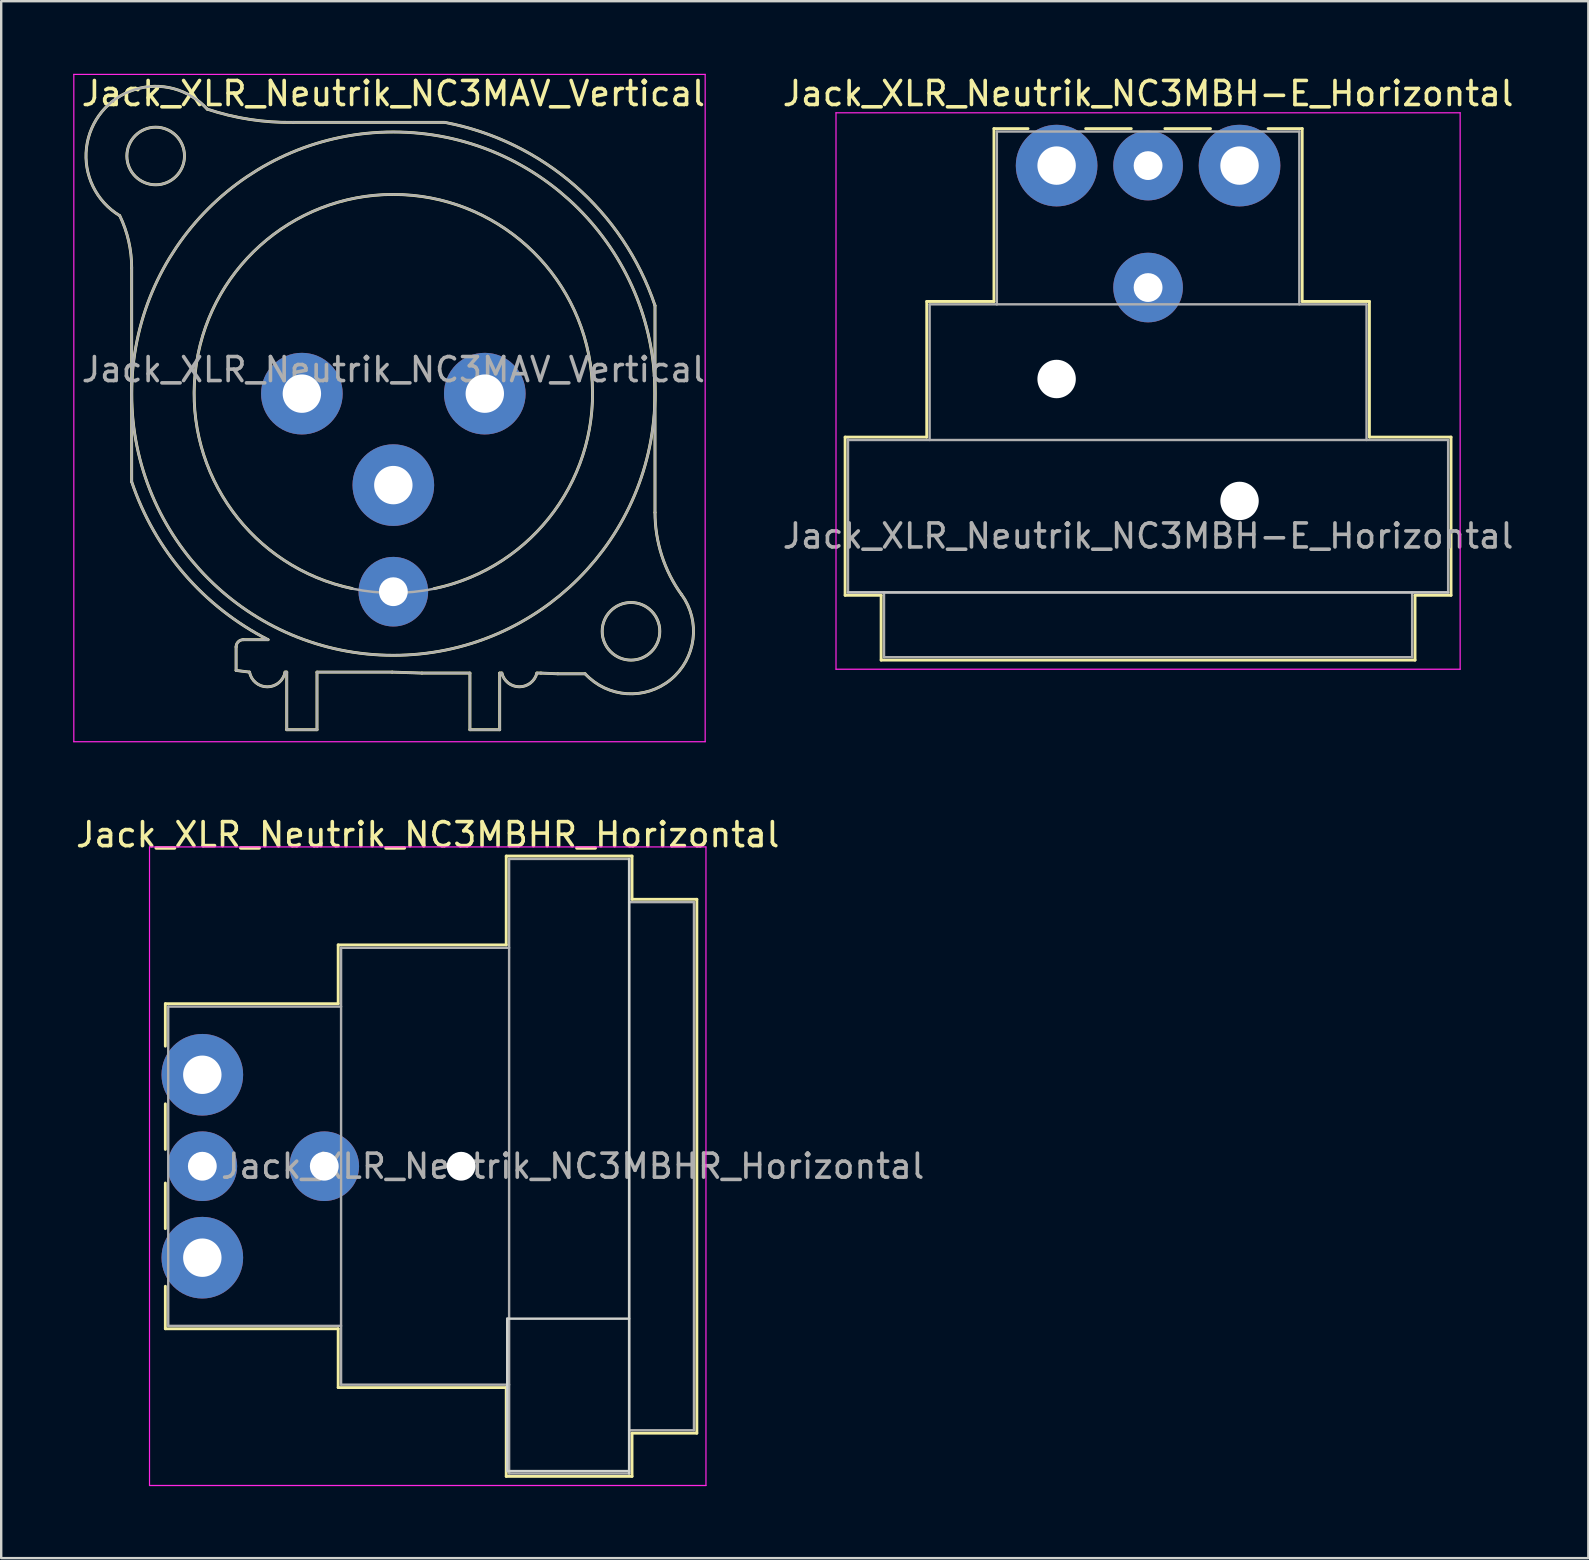
<source format=kicad_pcb>
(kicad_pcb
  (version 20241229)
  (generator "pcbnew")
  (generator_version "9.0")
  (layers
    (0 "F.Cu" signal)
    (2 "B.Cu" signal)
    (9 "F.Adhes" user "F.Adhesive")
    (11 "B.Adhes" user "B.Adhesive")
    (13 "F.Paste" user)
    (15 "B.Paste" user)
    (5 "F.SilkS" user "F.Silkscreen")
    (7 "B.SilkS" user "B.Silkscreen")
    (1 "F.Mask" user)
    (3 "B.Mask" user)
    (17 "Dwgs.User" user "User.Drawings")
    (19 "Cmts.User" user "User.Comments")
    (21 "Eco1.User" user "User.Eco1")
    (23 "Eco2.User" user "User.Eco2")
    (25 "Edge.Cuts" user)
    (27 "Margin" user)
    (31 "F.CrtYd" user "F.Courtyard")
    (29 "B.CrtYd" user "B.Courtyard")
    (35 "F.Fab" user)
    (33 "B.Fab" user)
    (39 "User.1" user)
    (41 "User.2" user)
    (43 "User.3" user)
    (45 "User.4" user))
  (footprint "Jack_XLR_Neutrik_NC3MBHR_Horizontal"
    (layer "F.Cu")
    (at 5.378 41.721)
    (property "Reference" "Jack_XLR_Neutrik_NC3MBHR_Horizontal" (at 9.39 -10 0) (layer "F.SilkS") (effects (font (size 1 1) (thickness 0.15))))
    (attr through_hole)
    (fp_line (start -1.54 -2.96) (end -1.54 -1.19) (stroke (width 0.12) (type solid)) (layer "F.SilkS"))
    (fp_line (start -1.54 3.11) (end -1.54 1.21) (stroke (width 0.12) (type solid)) (layer "F.SilkS"))
    (fp_line (start -1.54 4.51) (end -1.54 6.41) (stroke (width 0.12) (type solid)) (layer "F.SilkS"))
    (fp_line (start -1.54 8.81) (end -1.54 10.58) (stroke (width 0.12) (type solid)) (layer "F.SilkS"))
    (fp_line (start 5.66 -2.96) (end -1.54 -2.96) (stroke (width 0.12) (type solid)) (layer "F.SilkS"))
    (fp_line (start 5.66 -2.96) (end 5.66 -5.41) (stroke (width 0.12) (type solid)) (layer "F.SilkS"))
    (fp_line (start 5.66 10.58) (end -1.54 10.58) (stroke (width 0.12) (type solid)) (layer "F.SilkS"))
    (fp_line (start 5.66 10.58) (end 5.66 13.03) (stroke (width 0.12) (type solid)) (layer "F.SilkS"))
    (fp_line (start 12.66 -5.41) (end 5.66 -5.41) (stroke (width 0.12) (type solid)) (layer "F.SilkS"))
    (fp_line (start 12.66 -5.41) (end 12.66 -9.11) (stroke (width 0.12) (type solid)) (layer "F.SilkS"))
    (fp_line (start 12.66 13.03) (end 5.66 13.03) (stroke (width 0.12) (type solid)) (layer "F.SilkS"))
    (fp_line (start 12.66 16.73) (end 12.66 13.03) (stroke (width 0.12) (type solid)) (layer "F.SilkS"))
    (fp_line (start 17.9 -9.11) (end 12.66 -9.11) (stroke (width 0.12) (type solid)) (layer "F.SilkS"))
    (fp_line (start 17.9 -9.11) (end 17.9 -7.31) (stroke (width 0.12) (type solid)) (layer "F.SilkS"))
    (fp_line (start 17.9 -7.31) (end 20.6 -7.31) (stroke (width 0.12) (type solid)) (layer "F.SilkS"))
    (fp_line (start 17.9 14.93) (end 17.9 16.73) (stroke (width 0.12) (type solid)) (layer "F.SilkS"))
    (fp_line (start 17.9 14.93) (end 20.6 14.93) (stroke (width 0.12) (type solid)) (layer "F.SilkS"))
    (fp_line (start 17.9 16.73) (end 12.66 16.73) (stroke (width 0.12) (type solid)) (layer "F.SilkS"))
    (fp_line (start 20.6 -7.31) (end 20.6 14.93) (stroke (width 0.12) (type solid)) (layer "F.SilkS"))
    (fp_line (start 12.7 10.16) (end 12.7 16.51) (stroke (width 0.1) (type solid)) (layer "Edge.Cuts"))
    (fp_line (start 12.7 16.51) (end 17.78 16.51) (stroke (width 0.1) (type solid)) (layer "Edge.Cuts"))
    (fp_line (start 17.78 -8.99) (end 17.78 16.61) (stroke (width 0.1) (type solid)) (layer "Edge.Cuts"))
    (fp_line (start 17.78 10.16) (end 12.7 10.16) (stroke (width 0.1) (type solid)) (layer "Edge.Cuts"))
    (fp_line (start -2.2 -9.49) (end -2.2 17.11) (stroke (width 0.05) (type solid)) (layer "F.CrtYd"))
    (fp_line (start 20.98 -9.49) (end -2.2 -9.49) (stroke (width 0.05) (type solid)) (layer "F.CrtYd"))
    (fp_line (start 20.98 -9.49) (end 20.98 17.11) (stroke (width 0.05) (type solid)) (layer "F.CrtYd"))
    (fp_line (start 20.98 17.11) (end -2.2 17.11) (stroke (width 0.05) (type solid)) (layer "F.CrtYd"))
    (fp_line (start -1.42 -2.84) (end -1.42 10.46) (stroke (width 0.1) (type solid)) (layer "F.Fab"))
    (fp_line (start 5.78 -2.84) (end -1.42 -2.84) (stroke (width 0.1) (type solid)) (layer "F.Fab"))
    (fp_line (start 5.78 10.46) (end -1.42 10.46) (stroke (width 0.1) (type solid)) (layer "F.Fab"))
    (fp_line (start 5.78 12.91) (end 5.78 -5.29) (stroke (width 0.1) (type solid)) (layer "F.Fab"))
    (fp_line (start 5.78 12.91) (end 12.78 12.91) (stroke (width 0.1) (type solid)) (layer "F.Fab"))
    (fp_line (start 12.78 -8.99) (end 17.78 -8.99) (stroke (width 0.1) (type solid)) (layer "F.Fab"))
    (fp_line (start 12.78 -5.29) (end 5.78 -5.29) (stroke (width 0.1) (type solid)) (layer "F.Fab"))
    (fp_line (start 12.78 16.61) (end 12.78 -8.99) (stroke (width 0.1) (type solid)) (layer "F.Fab"))
    (fp_line (start 17.78 -8.99) (end 17.78 16.61) (stroke (width 0.1) (type solid)) (layer "F.Fab"))
    (fp_line (start 17.78 -7.19) (end 20.48 -7.19) (stroke (width 0.1) (type solid)) (layer "F.Fab"))
    (fp_line (start 17.78 16.61) (end 12.78 16.61) (stroke (width 0.1) (type solid)) (layer "F.Fab"))
    (fp_line (start 20.48 -7.19) (end 20.48 14.81) (stroke (width 0.1) (type solid)) (layer "F.Fab"))
    (fp_line (start 20.48 14.81) (end 17.78 14.81) (stroke (width 0.1) (type solid)) (layer "F.Fab"))
    (fp_text user "${REFERENCE}" (at 15.43 3.81 0) (layer "F.Fab") (effects (font (size 1 1) (thickness 0.15))))
    (pad "" np_thru_hole circle (at 10.78 3.81) (size 1.2 1.2) (drill 1.2) (layers "*.Cu" "*.Mask"))
    (pad "1" thru_hole circle (at 0 0) (size 3.4 3.4) (drill 1.6) (layers "*.Cu" "*.Mask"))
    (pad "2" thru_hole circle (at 0 3.81) (size 2.9 2.9) (drill 1.2) (layers "*.Cu" "*.Mask"))
    (pad "3" thru_hole circle (at 0 7.62) (size 3.4 3.4) (drill 1.6) (layers "*.Cu" "*.Mask"))
    (pad "G" thru_hole circle (at 5.08 3.81) (size 2.9 2.9) (drill 1.2) (layers "*.Cu" "*.Mask")))
  (footprint "Jack_XLR_Neutrik_NC3MAV_Vertical"
    (layer "F.Cu")
    (at 9.525 13.348)
    (property "Reference" "Jack_XLR_Neutrik_NC3MAV_Vertical" (at 3.81 -12.5 0) (layer "F.SilkS") (effects (font (size 1 1) (thickness 0.15))))
    (attr through_hole)
    (fp_line (start -7.09 3.67) (end -7.09 -5.24) (stroke (width 0.12) (type solid)) (layer "F.SilkS"))
    (fp_line (start -2.74 11.53) (end -2.74 10.55) (stroke (width 0.12) (type solid)) (layer "F.SilkS"))
    (fp_line (start -2.74 11.53) (end -2.18 11.6) (stroke (width 0.12) (type solid)) (layer "F.SilkS"))
    (fp_line (start -1.41 10.25) (end -2.44 10.25) (stroke (width 0.12) (type solid)) (layer "F.SilkS"))
    (fp_line (start -0.7 11.6) (end -0.63 11.6) (stroke (width 0.12) (type solid)) (layer "F.SilkS"))
    (fp_line (start -0.63 11.6) (end -0.63 14) (stroke (width 0.12) (type solid)) (layer "F.SilkS"))
    (fp_line (start 0.63 11.6) (end 0.63 14) (stroke (width 0.12) (type solid)) (layer "F.SilkS"))
    (fp_line (start 0.63 11.6) (end 3.76 11.6) (stroke (width 0.12) (type solid)) (layer "F.SilkS"))
    (fp_line (start 0.63 14) (end -0.63 14) (stroke (width 0.12) (type solid)) (layer "F.SilkS"))
    (fp_line (start 3.76 11.6) (end 5 11.64) (stroke (width 0.12) (type solid)) (layer "F.SilkS"))
    (fp_line (start 5 11.64) (end 7 11.64) (stroke (width 0.12) (type solid)) (layer "F.SilkS"))
    (fp_line (start 5.95 -11.3) (end -0.36 -11.3) (stroke (width 0.12) (type solid)) (layer "F.SilkS"))
    (fp_line (start 7 11.64) (end 7 14) (stroke (width 0.12) (type solid)) (layer "F.SilkS"))
    (fp_line (start 8.24 11.64) (end 8.24 14) (stroke (width 0.12) (type solid)) (layer "F.SilkS"))
    (fp_line (start 8.24 11.64) (end 8.33 11.64) (stroke (width 0.12) (type solid)) (layer "F.SilkS"))
    (fp_line (start 8.24 14) (end 7 14) (stroke (width 0.12) (type solid)) (layer "F.SilkS"))
    (fp_line (start 9.79 11.64) (end 9.96 11.64) (stroke (width 0.12) (type solid)) (layer "F.SilkS"))
    (fp_line (start 9.96 11.64) (end 10.66 11.67) (stroke (width 0.12) (type solid)) (layer "F.SilkS"))
    (fp_line (start 10.66 11.67) (end 11.8 11.67) (stroke (width 0.12) (type solid)) (layer "F.SilkS"))
    (fp_line (start 14.71 -3.67) (end 14.71 4.95) (stroke (width 0.12) (type solid)) (layer "F.SilkS"))
    (fp_arc (start -7.593301 -7.417041) (mid -8.329941 -11.745986) (end -3.94 -11.85) (stroke (width 0.12) (type solid)) (layer "F.SilkS"))
    (fp_arc (start -7.585604 -7.412632) (mid -7.215472 -6.354221) (end -7.09 -5.24) (stroke (width 0.12) (type solid)) (layer "F.SilkS"))
    (fp_arc (start -2.74 10.55) (mid -2.652132 10.337868) (end -2.44 10.25) (stroke (width 0.12) (type solid)) (layer "F.SilkS"))
    (fp_arc (start -1.409988 10.248445) (mid -4.895314 7.51641) (end -7.09 3.67) (stroke (width 0.12) (type solid)) (layer "F.SilkS"))
    (fp_arc (start -0.699936 11.599661) (mid -1.439828 12.213127) (end -2.18 11.6) (stroke (width 0.12) (type solid)) (layer "F.SilkS"))
    (fp_arc (start -0.36 -11.3) (mid -2.1728 -11.424322) (end -3.939109 -11.850762) (stroke (width 0.12) (type solid)) (layer "F.SilkS"))
    (fp_arc (start 2.1 8.12) (mid 3.816114 -8.2981) (end 5.508033 8.122511) (stroke (width 0.12) (type solid)) (layer "F.SilkS"))
    (fp_arc (start 5.963496 -11.297847) (mid 11.369395 -8.668013) (end 14.71 -3.67) (stroke (width 0.12) (type solid)) (layer "F.SilkS"))
    (fp_arc (start 9.789694 11.641238) (mid 9.059362 12.211864) (end 8.33 11.64) (stroke (width 0.12) (type solid)) (layer "F.SilkS"))
    (fp_arc (start 15.815277 8.372002) (mid 14.993173 6.748036) (end 14.71 4.95) (stroke (width 0.12) (type solid)) (layer "F.SilkS"))
    (fp_arc (start 15.818809 8.372281) (mid 15.361853 11.913053) (end 11.8 11.67) (stroke (width 0.12) (type solid)) (layer "F.SilkS"))
    (fp_circle (center -6.09 -9.9) (end -4.89 -9.9) (stroke (width 0.12) (type solid)) (fill no) (layer "F.SilkS"))
    (fp_circle (center 3.81 0) (end 14.71 0) (stroke (width 0.12) (type solid)) (fill no) (layer "F.SilkS"))
    (fp_circle (center 13.71 9.9) (end 14.91 9.9) (stroke (width 0.12) (type solid)) (fill no) (layer "F.SilkS"))
    (fp_line (start -9.5 -13.3) (end 16.8 -13.3) (stroke (width 0.05) (type solid)) (layer "F.CrtYd"))
    (fp_line (start -9.5 14.5) (end -9.5 -13.3) (stroke (width 0.05) (type solid)) (layer "F.CrtYd"))
    (fp_line (start 16.8 -13.3) (end 16.8 14.5) (stroke (width 0.05) (type solid)) (layer "F.CrtYd"))
    (fp_line (start 16.8 14.5) (end -9.5 14.5) (stroke (width 0.05) (type solid)) (layer "F.CrtYd"))
    (fp_line (start -7.09 3.67) (end -7.09 -5.24) (stroke (width 0.1) (type solid)) (layer "F.Fab"))
    (fp_line (start -2.74 11.53) (end -2.74 10.55) (stroke (width 0.1) (type solid)) (layer "F.Fab"))
    (fp_line (start -2.74 11.53) (end -2.18 11.6) (stroke (width 0.1) (type solid)) (layer "F.Fab"))
    (fp_line (start -1.41 10.25) (end -2.44 10.25) (stroke (width 0.1) (type solid)) (layer "F.Fab"))
    (fp_line (start -0.7 11.6) (end -0.63 11.6) (stroke (width 0.1) (type solid)) (layer "F.Fab"))
    (fp_line (start -0.63 11.6) (end -0.63 14) (stroke (width 0.1) (type solid)) (layer "F.Fab"))
    (fp_line (start 0.63 11.6) (end 0.63 14) (stroke (width 0.1) (type solid)) (layer "F.Fab"))
    (fp_line (start 0.63 11.6) (end 3.76 11.6) (stroke (width 0.1) (type solid)) (layer "F.Fab"))
    (fp_line (start 0.63 14) (end -0.63 14) (stroke (width 0.1) (type solid)) (layer "F.Fab"))
    (fp_line (start 3.76 11.6) (end 5 11.64) (stroke (width 0.1) (type solid)) (layer "F.Fab"))
    (fp_line (start 5 11.64) (end 7 11.64) (stroke (width 0.1) (type solid)) (layer "F.Fab"))
    (fp_line (start 5.95 -11.3) (end -0.36 -11.3) (stroke (width 0.1) (type solid)) (layer "F.Fab"))
    (fp_line (start 7 11.64) (end 7 14) (stroke (width 0.1) (type solid)) (layer "F.Fab"))
    (fp_line (start 8.24 11.64) (end 8.24 14) (stroke (width 0.1) (type solid)) (layer "F.Fab"))
    (fp_line (start 8.24 11.64) (end 8.33 11.64) (stroke (width 0.1) (type solid)) (layer "F.Fab"))
    (fp_line (start 8.24 14) (end 7 14) (stroke (width 0.1) (type solid)) (layer "F.Fab"))
    (fp_line (start 9.79 11.64) (end 9.96 11.64) (stroke (width 0.1) (type solid)) (layer "F.Fab"))
    (fp_line (start 9.96 11.64) (end 10.66 11.67) (stroke (width 0.1) (type solid)) (layer "F.Fab"))
    (fp_line (start 10.66 11.67) (end 11.8 11.67) (stroke (width 0.1) (type solid)) (layer "F.Fab"))
    (fp_line (start 14.71 -3.67) (end 14.71 4.95) (stroke (width 0.1) (type solid)) (layer "F.Fab"))
    (fp_arc (start -7.593301 -7.417041) (mid -8.329941 -11.745986) (end -3.94 -11.85) (stroke (width 0.1) (type solid)) (layer "F.Fab"))
    (fp_arc (start -7.585604 -7.412632) (mid -7.215472 -6.354221) (end -7.09 -5.24) (stroke (width 0.1) (type solid)) (layer "F.Fab"))
    (fp_arc (start -2.74 10.55) (mid -2.652132 10.337868) (end -2.44 10.25) (stroke (width 0.1) (type solid)) (layer "F.Fab"))
    (fp_arc (start -1.409988 10.248445) (mid -4.895314 7.51641) (end -7.09 3.67) (stroke (width 0.1) (type solid)) (layer "F.Fab"))
    (fp_arc (start -0.699936 11.599661) (mid -1.439828 12.213127) (end -2.18 11.6) (stroke (width 0.1) (type solid)) (layer "F.Fab"))
    (fp_arc (start -0.36 -11.3) (mid -2.1728 -11.424322) (end -3.939109 -11.850762) (stroke (width 0.1) (type solid)) (layer "F.Fab"))
    (fp_arc (start 5.963496 -11.297847) (mid 11.369395 -8.668013) (end 14.71 -3.67) (stroke (width 0.1) (type solid)) (layer "F.Fab"))
    (fp_arc (start 9.789694 11.641238) (mid 9.059362 12.211864) (end 8.33 11.64) (stroke (width 0.1) (type solid)) (layer "F.Fab"))
    (fp_arc (start 15.815277 8.372002) (mid 14.993173 6.748036) (end 14.71 4.95) (stroke (width 0.1) (type solid)) (layer "F.Fab"))
    (fp_arc (start 15.818809 8.372281) (mid 15.361853 11.913053) (end 11.8 11.67) (stroke (width 0.1) (type solid)) (layer "F.Fab"))
    (fp_circle (center -6.09 -9.9) (end -4.89 -9.9) (stroke (width 0.1) (type solid)) (fill no) (layer "F.Fab"))
    (fp_circle (center 3.81 0) (end 12.11 0) (stroke (width 0.1) (type solid)) (fill no) (layer "F.Fab"))
    (fp_circle (center 3.81 0) (end 14.71 0) (stroke (width 0.1) (type solid)) (fill no) (layer "F.Fab"))
    (fp_circle (center 13.71 9.9) (end 14.91 9.9) (stroke (width 0.1) (type solid)) (fill no) (layer "F.Fab"))
    (fp_text user "${REFERENCE}" (at 3.81 -1 0) (layer "F.Fab") (effects (font (size 1 1) (thickness 0.15))))
    (pad "1" thru_hole circle (at 0 0) (size 3.4 3.4) (drill 1.6) (layers "*.Cu" "*.Mask"))
    (pad "2" thru_hole circle (at 7.62 0) (size 3.4 3.4) (drill 1.6) (layers "*.Cu" "*.Mask"))
    (pad "3" thru_hole circle (at 3.81 3.81) (size 3.4 3.4) (drill 1.6) (layers "*.Cu" "*.Mask"))
    (pad "G" thru_hole circle (at 3.81 8.25) (size 2.9 2.9) (drill 1.2) (layers "*.Cu" "*.Mask")))
  (footprint "Jack_XLR_Neutrik_NC3MBH-E_Horizontal"
    (layer "F.Cu")
    (at 40.965 3.848)
    (property "Reference" "Jack_XLR_Neutrik_NC3MBH-E_Horizontal" (at 3.81 -3 0) (layer "F.SilkS") (effects (font (size 1 1) (thickness 0.15))))
    (attr through_hole)
    (fp_line (start -8.81 11.31) (end -5.41 11.31) (stroke (width 0.12) (type solid)) (layer "F.SilkS"))
    (fp_line (start -8.81 17.9) (end -8.81 11.31) (stroke (width 0.12) (type solid)) (layer "F.SilkS"))
    (fp_line (start -7.31 17.9) (end -8.81 17.9) (stroke (width 0.12) (type solid)) (layer "F.SilkS"))
    (fp_line (start -7.31 17.9) (end -7.31 20.6) (stroke (width 0.12) (type solid)) (layer "F.SilkS"))
    (fp_line (start -5.41 11.31) (end -5.41 5.66) (stroke (width 0.12) (type solid)) (layer "F.SilkS"))
    (fp_line (start -2.61 5.66) (end -5.41 5.66) (stroke (width 0.12) (type solid)) (layer "F.SilkS"))
    (fp_line (start -2.61 5.66) (end -2.61 -1.54) (stroke (width 0.12) (type solid)) (layer "F.SilkS"))
    (fp_line (start -1.19 -1.54) (end -2.61 -1.54) (stroke (width 0.12) (type solid)) (layer "F.SilkS"))
    (fp_line (start 3.11 -1.54) (end 1.21 -1.54) (stroke (width 0.12) (type solid)) (layer "F.SilkS"))
    (fp_line (start 4.51 -1.54) (end 6.41 -1.54) (stroke (width 0.12) (type solid)) (layer "F.SilkS"))
    (fp_line (start 10.23 -1.54) (end 8.81 -1.54) (stroke (width 0.12) (type solid)) (layer "F.SilkS"))
    (fp_line (start 10.23 5.66) (end 10.23 -1.54) (stroke (width 0.12) (type solid)) (layer "F.SilkS"))
    (fp_line (start 10.23 5.66) (end 13.03 5.66) (stroke (width 0.12) (type solid)) (layer "F.SilkS"))
    (fp_line (start 13.03 11.31) (end 13.03 5.66) (stroke (width 0.12) (type solid)) (layer "F.SilkS"))
    (fp_line (start 13.03 11.31) (end 16.43 11.31) (stroke (width 0.12) (type solid)) (layer "F.SilkS"))
    (fp_line (start 14.93 17.9) (end 14.93 20.6) (stroke (width 0.12) (type solid)) (layer "F.SilkS"))
    (fp_line (start 14.93 20.6) (end -7.31 20.6) (stroke (width 0.12) (type solid)) (layer "F.SilkS"))
    (fp_line (start 16.43 17.9) (end 14.93 17.9) (stroke (width 0.12) (type solid)) (layer "F.SilkS"))
    (fp_line (start 16.43 17.9) (end 16.43 11.31) (stroke (width 0.12) (type solid)) (layer "F.SilkS"))
    (fp_line (start 16.31 17.78) (end -8.69 17.78) (stroke (width 0.1) (type solid)) (layer "Dwgs.User"))
    (fp_line (start -9.19 20.98) (end -9.19 -2.2) (stroke (width 0.05) (type solid)) (layer "F.CrtYd"))
    (fp_line (start 16.81 -2.2) (end -9.19 -2.2) (stroke (width 0.05) (type solid)) (layer "F.CrtYd"))
    (fp_line (start 16.81 20.98) (end -9.19 20.98) (stroke (width 0.05) (type solid)) (layer "F.CrtYd"))
    (fp_line (start 16.81 20.98) (end 16.81 -2.2) (stroke (width 0.05) (type solid)) (layer "F.CrtYd"))
    (fp_line (start -8.69 11.43) (end 16.31 11.43) (stroke (width 0.1) (type solid)) (layer "F.Fab"))
    (fp_line (start -8.69 17.78) (end -8.69 11.4) (stroke (width 0.1) (type solid)) (layer "F.Fab"))
    (fp_line (start -7.19 20.48) (end -7.19 17.78) (stroke (width 0.1) (type solid)) (layer "F.Fab"))
    (fp_line (start -5.29 5.78) (end -5.29 11.43) (stroke (width 0.1) (type solid)) (layer "F.Fab"))
    (fp_line (start -5.29 5.78) (end 12.91 5.78) (stroke (width 0.1) (type solid)) (layer "F.Fab"))
    (fp_line (start -2.49 5.78) (end -2.49 -1.42) (stroke (width 0.1) (type solid)) (layer "F.Fab"))
    (fp_line (start 10.11 -1.42) (end -2.49 -1.42) (stroke (width 0.1) (type solid)) (layer "F.Fab"))
    (fp_line (start 10.11 5.78) (end 10.11 -1.42) (stroke (width 0.1) (type solid)) (layer "F.Fab"))
    (fp_line (start 12.91 11.43) (end 12.91 5.78) (stroke (width 0.1) (type solid)) (layer "F.Fab"))
    (fp_line (start 14.81 17.78) (end 14.81 20.48) (stroke (width 0.1) (type solid)) (layer "F.Fab"))
    (fp_line (start 14.81 20.48) (end -7.19 20.48) (stroke (width 0.1) (type solid)) (layer "F.Fab"))
    (fp_line (start 16.31 11.43) (end 16.31 17.78) (stroke (width 0.1) (type solid)) (layer "F.Fab"))
    (fp_line (start 16.31 17.78) (end -8.69 17.78) (stroke (width 0.1) (type solid)) (layer "F.Fab"))
    (fp_text user "${REFERENCE}" (at 3.81 15.43 0) (layer "F.Fab") (effects (font (size 1 1) (thickness 0.15))))
    (pad "" np_thru_hole circle (at 0 8.89) (size 1.6 1.6) (drill 1.6) (layers "*.Cu" "*.Mask"))
    (pad "" np_thru_hole circle (at 7.62 13.97) (size 1.6 1.6) (drill 1.6) (layers "*.Cu" "*.Mask"))
    (pad "1" thru_hole circle (at 0 0) (size 3.4 3.4) (drill 1.6) (layers "*.Cu" "*.Mask"))
    (pad "2" thru_hole circle (at 7.62 0) (size 3.4 3.4) (drill 1.6) (layers "*.Cu" "*.Mask"))
    (pad "3" thru_hole circle (at 3.81 0) (size 2.9 2.9) (drill 1.2) (layers "*.Cu" "*.Mask"))
    (pad "G" thru_hole circle (at 3.81 5.08) (size 2.9 2.9) (drill 1.2) (layers "*.Cu" "*.Mask")))
  (gr_rect
    (start -3 -3)
    (end 63.115 61.856)
    (stroke (width 0.1) (type default))
    (fill no)
    (layer "Edge.Cuts")))
</source>
